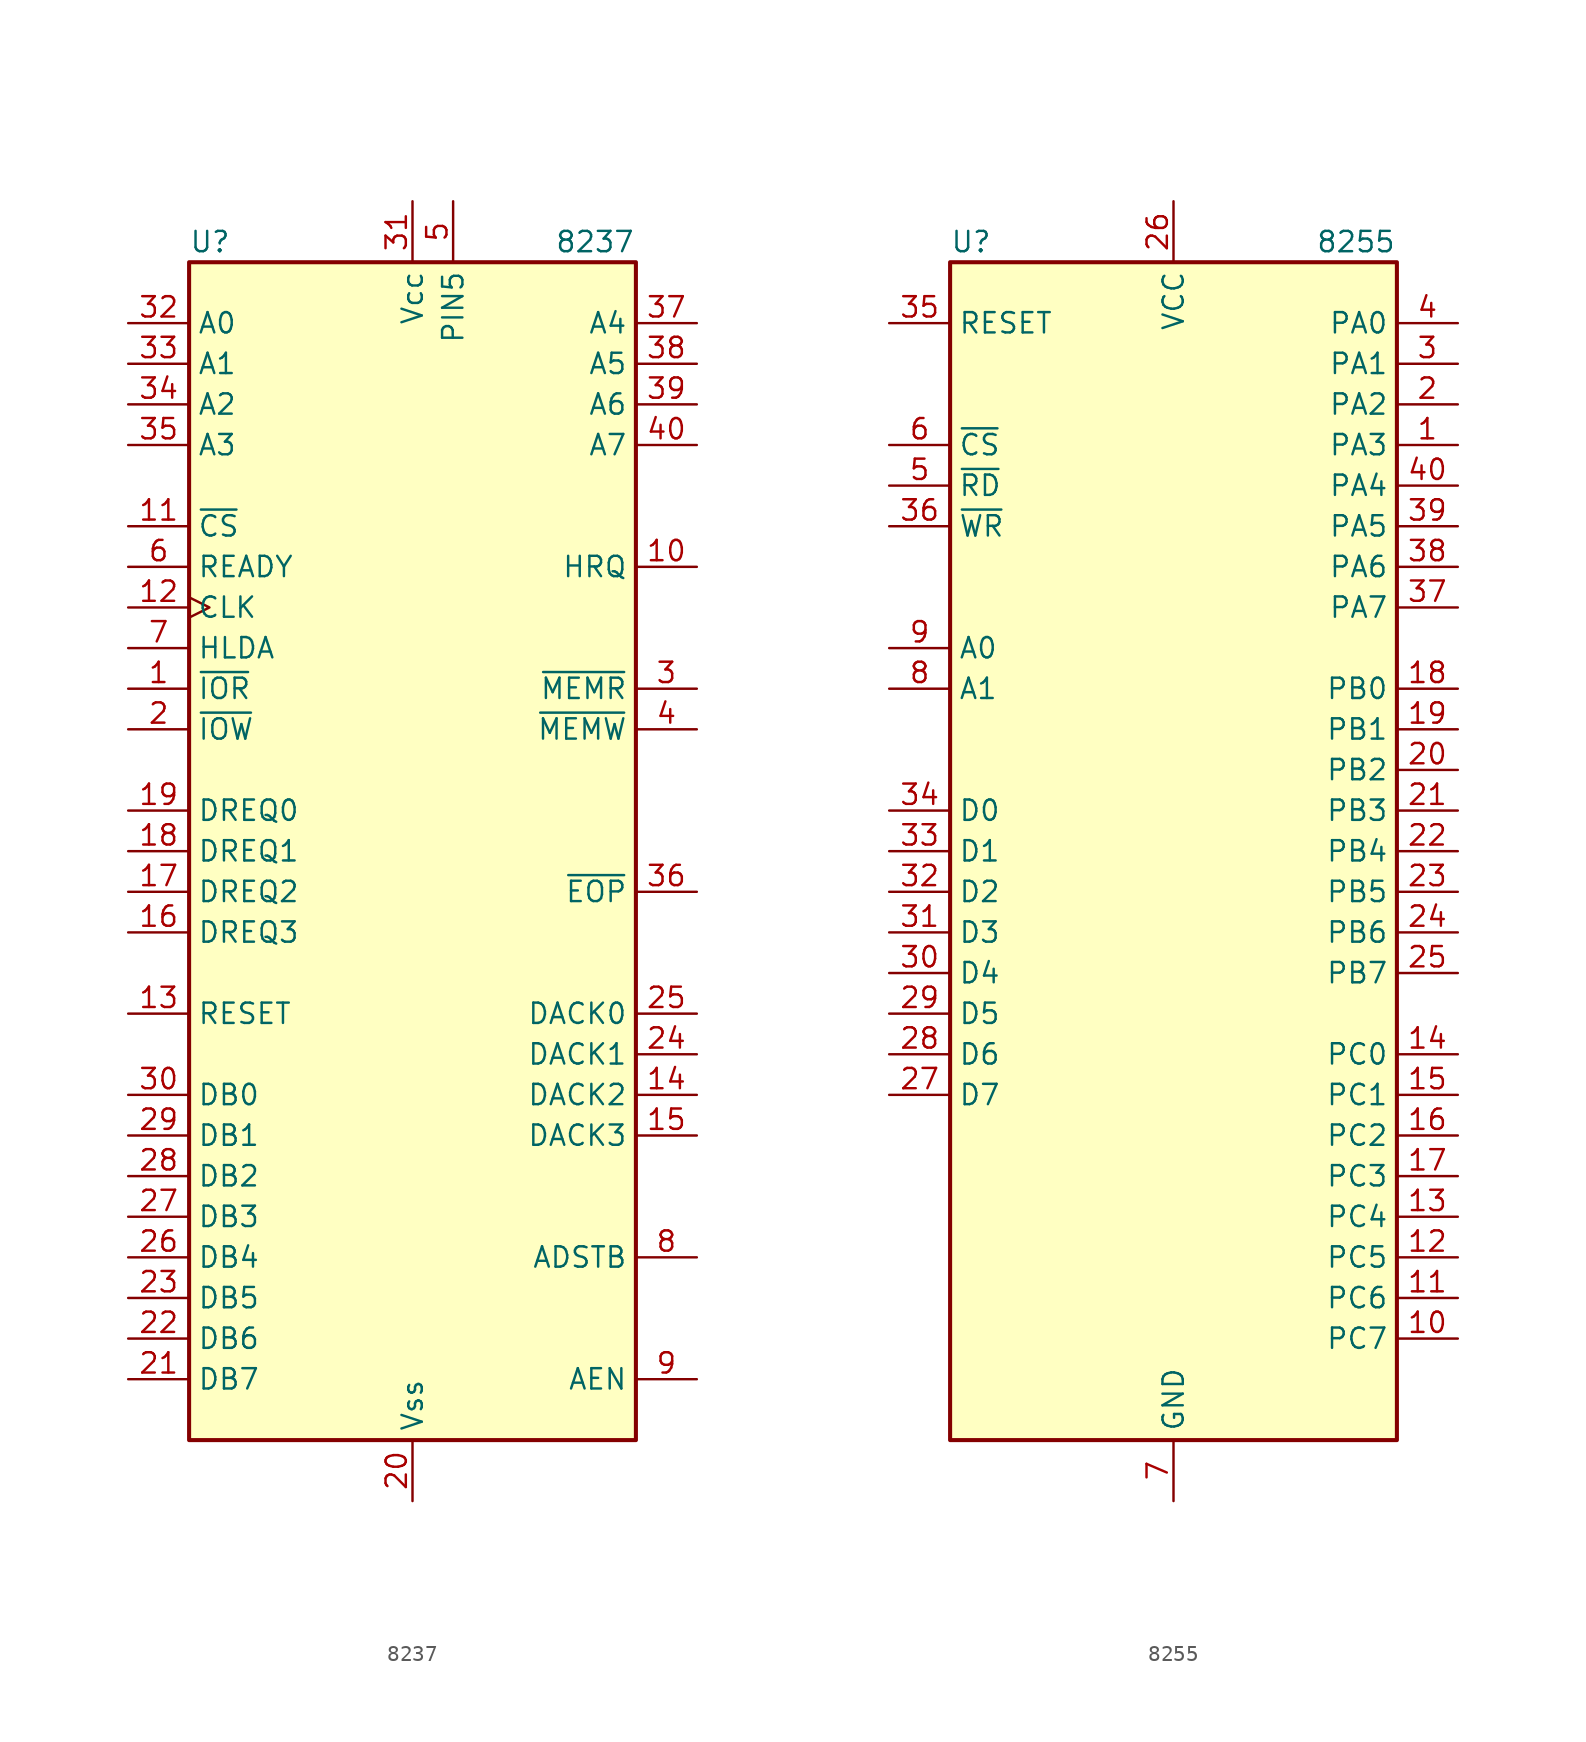
<source format=kicad_sym>
(kicad_symbol_lib
  (version 20241209)
  (generator "kicad_symbol_editor")
  (generator_version "9.0")
  (symbol "8237"
    (property "Reference" "U"
      (at -13.97 38.1 0)
      (effects (font (size 1.27 1.27)) (justify left)))
    (property "Value" "8237"
      (at 8.89 38.1 0)
      (effects (font (size 1.27 1.27)) (justify left)))
    (symbol "8237_1_1"
      (rectangle (start -13.97 -36.83) (end 13.97 36.83) (stroke (width 0.254) (type default)) (fill (type background)))
      (pin bidirectional line (at -17.78 33.02 0) (length 3.81) (name "A0" (effects (font (size 1.27 1.27)))) (number "32" (effects (font (size 1.27 1.27)))))
      (pin bidirectional line (at -17.78 30.48 0) (length 3.81) (name "A1" (effects (font (size 1.27 1.27)))) (number "33" (effects (font (size 1.27 1.27)))))
      (pin bidirectional line (at -17.78 27.94 0) (length 3.81) (name "A2" (effects (font (size 1.27 1.27)))) (number "34" (effects (font (size 1.27 1.27)))))
      (pin bidirectional line (at -17.78 25.4 0) (length 3.81) (name "A3" (effects (font (size 1.27 1.27)))) (number "35" (effects (font (size 1.27 1.27)))))
      (pin input line (at -17.78 20.32 0) (length 3.81) (name "~{CS}" (effects (font (size 1.27 1.27)))) (number "11" (effects (font (size 1.27 1.27)))))
      (pin input line (at -17.78 17.78 0) (length 3.81) (name "READY" (effects (font (size 1.27 1.27)))) (number "6" (effects (font (size 1.27 1.27)))))
      (pin input clock (at -17.78 15.24 0) (length 3.81) (name "CLK" (effects (font (size 1.27 1.27)))) (number "12" (effects (font (size 1.27 1.27)))))
      (pin input line (at -17.78 12.7 0) (length 3.81) (name "HLDA" (effects (font (size 1.27 1.27)))) (number "7" (effects (font (size 1.27 1.27)))))
      (pin bidirectional line (at -17.78 10.16 0) (length 3.81) (name "~{IOR}" (effects (font (size 1.27 1.27)))) (number "1" (effects (font (size 1.27 1.27)))))
      (pin bidirectional line (at -17.78 7.62 0) (length 3.81) (name "~{IOW}" (effects (font (size 1.27 1.27)))) (number "2" (effects (font (size 1.27 1.27)))))
      (pin input line (at -17.78 2.54 0) (length 3.81) (name "DREQ0" (effects (font (size 1.27 1.27)))) (number "19" (effects (font (size 1.27 1.27)))))
      (pin input line (at -17.78 0 0) (length 3.81) (name "DREQ1" (effects (font (size 1.27 1.27)))) (number "18" (effects (font (size 1.27 1.27)))))
      (pin input line (at -17.78 -2.54 0) (length 3.81) (name "DREQ2" (effects (font (size 1.27 1.27)))) (number "17" (effects (font (size 1.27 1.27)))))
      (pin input line (at -17.78 -5.08 0) (length 3.81) (name "DREQ3" (effects (font (size 1.27 1.27)))) (number "16" (effects (font (size 1.27 1.27)))))
      (pin input line (at -17.78 -10.16 0) (length 3.81) (name "RESET" (effects (font (size 1.27 1.27)))) (number "13" (effects (font (size 1.27 1.27)))))
      (pin bidirectional line (at -17.78 -15.24 0) (length 3.81) (name "DB0" (effects (font (size 1.27 1.27)))) (number "30" (effects (font (size 1.27 1.27)))))
      (pin bidirectional line (at -17.78 -17.78 0) (length 3.81) (name "DB1" (effects (font (size 1.27 1.27)))) (number "29" (effects (font (size 1.27 1.27)))))
      (pin bidirectional line (at -17.78 -20.32 0) (length 3.81) (name "DB2" (effects (font (size 1.27 1.27)))) (number "28" (effects (font (size 1.27 1.27)))))
      (pin bidirectional line (at -17.78 -22.86 0) (length 3.81) (name "DB3" (effects (font (size 1.27 1.27)))) (number "27" (effects (font (size 1.27 1.27)))))
      (pin bidirectional line (at -17.78 -25.4 0) (length 3.81) (name "DB4" (effects (font (size 1.27 1.27)))) (number "26" (effects (font (size 1.27 1.27)))))
      (pin bidirectional line (at -17.78 -27.94 0) (length 3.81) (name "DB5" (effects (font (size 1.27 1.27)))) (number "23" (effects (font (size 1.27 1.27)))))
      (pin bidirectional line (at -17.78 -30.48 0) (length 3.81) (name "DB6" (effects (font (size 1.27 1.27)))) (number "22" (effects (font (size 1.27 1.27)))))
      (pin bidirectional line (at -17.78 -33.02 0) (length 3.81) (name "DB7" (effects (font (size 1.27 1.27)))) (number "21" (effects (font (size 1.27 1.27)))))
      (pin power_in line (at 0 40.64 270) (length 3.81) (name "Vcc" (effects (font (size 1.27 1.27)))) (number "31" (effects (font (size 1.27 1.27)))))
      (pin power_in line (at 0 -40.64 90) (length 3.81) (name "Vss" (effects (font (size 1.27 1.27)))) (number "20" (effects (font (size 1.27 1.27)))))
      (pin input line (at 2.54 40.64 270) (length 3.81) (name "PIN5" (effects (font (size 1.27 1.27)))) (number "5" (effects (font (size 1.27 1.27)))))
      (pin tri_state line (at 17.78 33.02 180) (length 3.81) (name "A4" (effects (font (size 1.27 1.27)))) (number "37" (effects (font (size 1.27 1.27)))))
      (pin tri_state line (at 17.78 30.48 180) (length 3.81) (name "A5" (effects (font (size 1.27 1.27)))) (number "38" (effects (font (size 1.27 1.27)))))
      (pin tri_state line (at 17.78 27.94 180) (length 3.81) (name "A6" (effects (font (size 1.27 1.27)))) (number "39" (effects (font (size 1.27 1.27)))))
      (pin tri_state line (at 17.78 25.4 180) (length 3.81) (name "A7" (effects (font (size 1.27 1.27)))) (number "40" (effects (font (size 1.27 1.27)))))
      (pin output line (at 17.78 17.78 180) (length 3.81) (name "HRQ" (effects (font (size 1.27 1.27)))) (number "10" (effects (font (size 1.27 1.27)))))
      (pin tri_state line (at 17.78 10.16 180) (length 3.81) (name "~{MEMR}" (effects (font (size 1.27 1.27)))) (number "3" (effects (font (size 1.27 1.27)))))
      (pin tri_state line (at 17.78 7.62 180) (length 3.81) (name "~{MEMW}" (effects (font (size 1.27 1.27)))) (number "4" (effects (font (size 1.27 1.27)))))
      (pin bidirectional line (at 17.78 -2.54 180) (length 3.81) (name "~{EOP}" (effects (font (size 1.27 1.27)))) (number "36" (effects (font (size 1.27 1.27)))))
      (pin output line (at 17.78 -10.16 180) (length 3.81) (name "DACK0" (effects (font (size 1.27 1.27)))) (number "25" (effects (font (size 1.27 1.27)))))
      (pin output line (at 17.78 -12.7 180) (length 3.81) (name "DACK1" (effects (font (size 1.27 1.27)))) (number "24" (effects (font (size 1.27 1.27)))))
      (pin output line (at 17.78 -15.24 180) (length 3.81) (name "DACK2" (effects (font (size 1.27 1.27)))) (number "14" (effects (font (size 1.27 1.27)))))
      (pin output line (at 17.78 -17.78 180) (length 3.81) (name "DACK3" (effects (font (size 1.27 1.27)))) (number "15" (effects (font (size 1.27 1.27)))))
      (pin output line (at 17.78 -25.4 180) (length 3.81) (name "ADSTB" (effects (font (size 1.27 1.27)))) (number "8" (effects (font (size 1.27 1.27)))))
      (pin output line (at 17.78 -33.02 180) (length 3.81) (name "AEN" (effects (font (size 1.27 1.27)))) (number "9" (effects (font (size 1.27 1.27)))))))
  (symbol "8255"
    (property "Reference" "U"
      (at -13.97 38.1 0)
      (effects (font (size 1.27 1.27)) (justify left)))
    (property "Value" "8255"
      (at 8.89 38.1 0)
      (effects (font (size 1.27 1.27)) (justify left)))
    (symbol "8255_1_1"
      (rectangle (start -13.97 -36.83) (end 13.97 36.83) (stroke (width 0.254) (type default)) (fill (type background)))
      (pin input line (at -17.78 33.02 0) (length 3.81) (name "RESET" (effects (font (size 1.27 1.27)))) (number "35" (effects (font (size 1.27 1.27)))))
      (pin input line (at -17.78 25.4 0) (length 3.81) (name "~{CS}" (effects (font (size 1.27 1.27)))) (number "6" (effects (font (size 1.27 1.27)))))
      (pin input line (at -17.78 22.86 0) (length 3.81) (name "~{RD}" (effects (font (size 1.27 1.27)))) (number "5" (effects (font (size 1.27 1.27)))))
      (pin input line (at -17.78 20.32 0) (length 3.81) (name "~{WR}" (effects (font (size 1.27 1.27)))) (number "36" (effects (font (size 1.27 1.27)))))
      (pin input line (at -17.78 12.7 0) (length 3.81) (name "A0" (effects (font (size 1.27 1.27)))) (number "9" (effects (font (size 1.27 1.27)))))
      (pin input line (at -17.78 10.16 0) (length 3.81) (name "A1" (effects (font (size 1.27 1.27)))) (number "8" (effects (font (size 1.27 1.27)))))
      (pin bidirectional line (at -17.78 2.54 0) (length 3.81) (name "D0" (effects (font (size 1.27 1.27)))) (number "34" (effects (font (size 1.27 1.27)))))
      (pin bidirectional line (at -17.78 0 0) (length 3.81) (name "D1" (effects (font (size 1.27 1.27)))) (number "33" (effects (font (size 1.27 1.27)))))
      (pin bidirectional line (at -17.78 -2.54 0) (length 3.81) (name "D2" (effects (font (size 1.27 1.27)))) (number "32" (effects (font (size 1.27 1.27)))))
      (pin bidirectional line (at -17.78 -5.08 0) (length 3.81) (name "D3" (effects (font (size 1.27 1.27)))) (number "31" (effects (font (size 1.27 1.27)))))
      (pin bidirectional line (at -17.78 -7.62 0) (length 3.81) (name "D4" (effects (font (size 1.27 1.27)))) (number "30" (effects (font (size 1.27 1.27)))))
      (pin bidirectional line (at -17.78 -10.16 0) (length 3.81) (name "D5" (effects (font (size 1.27 1.27)))) (number "29" (effects (font (size 1.27 1.27)))))
      (pin bidirectional line (at -17.78 -12.7 0) (length 3.81) (name "D6" (effects (font (size 1.27 1.27)))) (number "28" (effects (font (size 1.27 1.27)))))
      (pin bidirectional line (at -17.78 -15.24 0) (length 3.81) (name "D7" (effects (font (size 1.27 1.27)))) (number "27" (effects (font (size 1.27 1.27)))))
      (pin power_in line (at 0 40.64 270) (length 3.81) (name "VCC" (effects (font (size 1.27 1.27)))) (number "26" (effects (font (size 1.27 1.27)))))
      (pin power_in line (at 0 -40.64 90) (length 3.81) (name "GND" (effects (font (size 1.27 1.27)))) (number "7" (effects (font (size 1.27 1.27)))))
      (pin bidirectional line (at 17.78 33.02 180) (length 3.81) (name "PA0" (effects (font (size 1.27 1.27)))) (number "4" (effects (font (size 1.27 1.27)))))
      (pin bidirectional line (at 17.78 30.48 180) (length 3.81) (name "PA1" (effects (font (size 1.27 1.27)))) (number "3" (effects (font (size 1.27 1.27)))))
      (pin bidirectional line (at 17.78 27.94 180) (length 3.81) (name "PA2" (effects (font (size 1.27 1.27)))) (number "2" (effects (font (size 1.27 1.27)))))
      (pin bidirectional line (at 17.78 25.4 180) (length 3.81) (name "PA3" (effects (font (size 1.27 1.27)))) (number "1" (effects (font (size 1.27 1.27)))))
      (pin bidirectional line (at 17.78 22.86 180) (length 3.81) (name "PA4" (effects (font (size 1.27 1.27)))) (number "40" (effects (font (size 1.27 1.27)))))
      (pin bidirectional line (at 17.78 20.32 180) (length 3.81) (name "PA5" (effects (font (size 1.27 1.27)))) (number "39" (effects (font (size 1.27 1.27)))))
      (pin bidirectional line (at 17.78 17.78 180) (length 3.81) (name "PA6" (effects (font (size 1.27 1.27)))) (number "38" (effects (font (size 1.27 1.27)))))
      (pin bidirectional line (at 17.78 15.24 180) (length 3.81) (name "PA7" (effects (font (size 1.27 1.27)))) (number "37" (effects (font (size 1.27 1.27)))))
      (pin bidirectional line (at 17.78 10.16 180) (length 3.81) (name "PB0" (effects (font (size 1.27 1.27)))) (number "18" (effects (font (size 1.27 1.27)))))
      (pin bidirectional line (at 17.78 7.62 180) (length 3.81) (name "PB1" (effects (font (size 1.27 1.27)))) (number "19" (effects (font (size 1.27 1.27)))))
      (pin bidirectional line (at 17.78 5.08 180) (length 3.81) (name "PB2" (effects (font (size 1.27 1.27)))) (number "20" (effects (font (size 1.27 1.27)))))
      (pin bidirectional line (at 17.78 2.54 180) (length 3.81) (name "PB3" (effects (font (size 1.27 1.27)))) (number "21" (effects (font (size 1.27 1.27)))))
      (pin bidirectional line (at 17.78 0 180) (length 3.81) (name "PB4" (effects (font (size 1.27 1.27)))) (number "22" (effects (font (size 1.27 1.27)))))
      (pin bidirectional line (at 17.78 -2.54 180) (length 3.81) (name "PB5" (effects (font (size 1.27 1.27)))) (number "23" (effects (font (size 1.27 1.27)))))
      (pin bidirectional line (at 17.78 -5.08 180) (length 3.81) (name "PB6" (effects (font (size 1.27 1.27)))) (number "24" (effects (font (size 1.27 1.27)))))
      (pin bidirectional line (at 17.78 -7.62 180) (length 3.81) (name "PB7" (effects (font (size 1.27 1.27)))) (number "25" (effects (font (size 1.27 1.27)))))
      (pin bidirectional line (at 17.78 -12.7 180) (length 3.81) (name "PC0" (effects (font (size 1.27 1.27)))) (number "14" (effects (font (size 1.27 1.27)))))
      (pin bidirectional line (at 17.78 -15.24 180) (length 3.81) (name "PC1" (effects (font (size 1.27 1.27)))) (number "15" (effects (font (size 1.27 1.27)))))
      (pin bidirectional line (at 17.78 -17.78 180) (length 3.81) (name "PC2" (effects (font (size 1.27 1.27)))) (number "16" (effects (font (size 1.27 1.27)))))
      (pin bidirectional line (at 17.78 -20.32 180) (length 3.81) (name "PC3" (effects (font (size 1.27 1.27)))) (number "17" (effects (font (size 1.27 1.27)))))
      (pin bidirectional line (at 17.78 -22.86 180) (length 3.81) (name "PC4" (effects (font (size 1.27 1.27)))) (number "13" (effects (font (size 1.27 1.27)))))
      (pin bidirectional line (at 17.78 -25.4 180) (length 3.81) (name "PC5" (effects (font (size 1.27 1.27)))) (number "12" (effects (font (size 1.27 1.27)))))
      (pin bidirectional line (at 17.78 -27.94 180) (length 3.81) (name "PC6" (effects (font (size 1.27 1.27)))) (number "11" (effects (font (size 1.27 1.27)))))
      (pin bidirectional line (at 17.78 -30.48 180) (length 3.81) (name "PC7" (effects (font (size 1.27 1.27)))) (number "10" (effects (font (size 1.27 1.27))))))))
</source>
